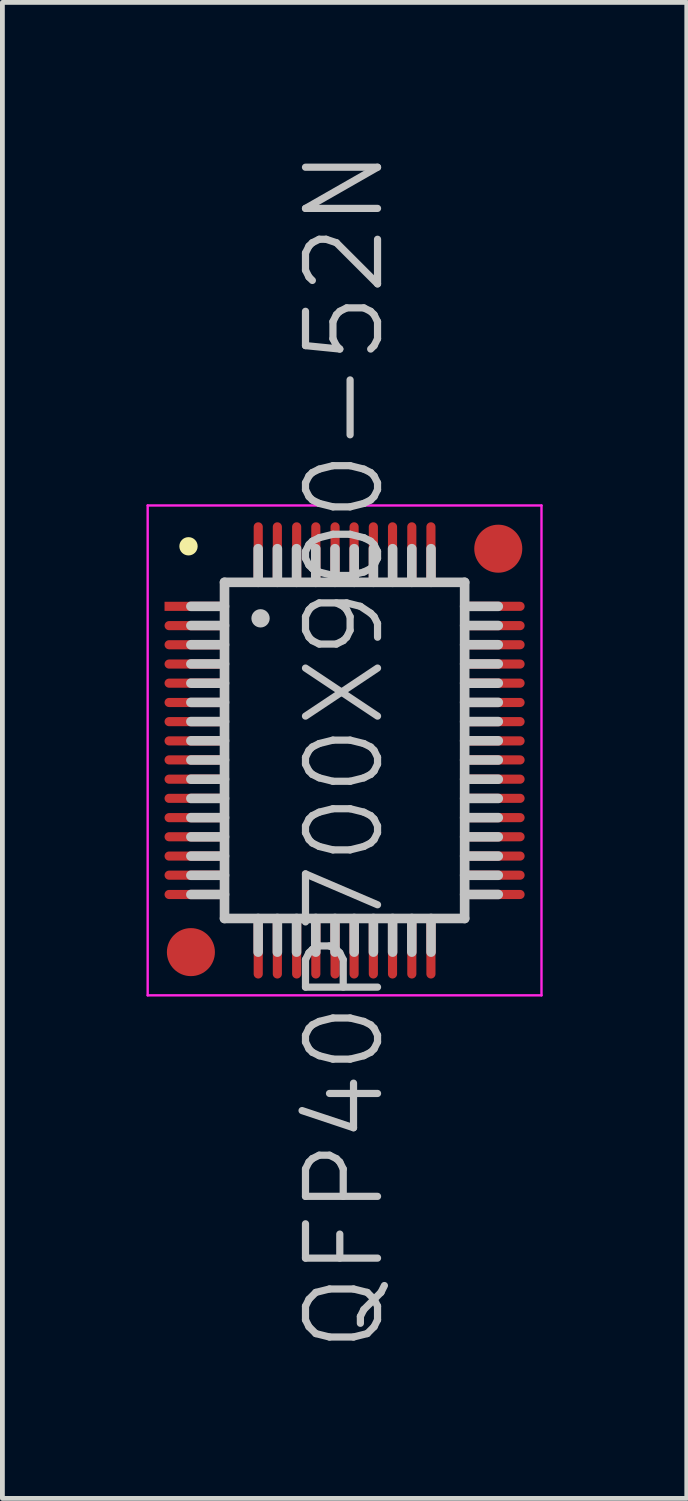
<source format=kicad_pcb>
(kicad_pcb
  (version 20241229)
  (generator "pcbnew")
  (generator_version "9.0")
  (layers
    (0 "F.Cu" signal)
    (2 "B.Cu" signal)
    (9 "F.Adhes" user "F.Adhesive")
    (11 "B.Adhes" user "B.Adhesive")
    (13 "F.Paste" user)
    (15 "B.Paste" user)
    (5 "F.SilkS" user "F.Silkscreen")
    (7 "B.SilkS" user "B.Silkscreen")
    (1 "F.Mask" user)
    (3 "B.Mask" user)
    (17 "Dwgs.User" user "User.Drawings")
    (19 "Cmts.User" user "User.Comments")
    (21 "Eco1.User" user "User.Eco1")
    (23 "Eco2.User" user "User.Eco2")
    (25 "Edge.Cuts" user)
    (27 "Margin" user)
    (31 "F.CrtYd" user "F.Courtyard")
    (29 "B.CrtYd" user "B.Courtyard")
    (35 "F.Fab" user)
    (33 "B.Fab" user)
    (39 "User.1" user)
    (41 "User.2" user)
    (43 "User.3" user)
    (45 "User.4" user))
  (footprint "QFP40P700X900-52N"
    (layer "F.Cu")
    (at 4.125 12.575)
    (property "Reference" "QFP40P700X900-52N" (at 0 0 90) (layer "Dwgs.User") (effects (font (size 1.5 1.5) (thickness 0.15))))
    (attr smd)
    (fp_line (start -3.25 -4.25) (end -3.25 -4.25) (stroke (width 0.381) (type solid)) (layer "F.SilkS"))
    (fp_line (start -2.5 -3.5) (end -2.5 3.5) (stroke (width 0.2) (type solid)) (layer "Dwgs.User"))
    (fp_line (start -2.5 -3.5) (end 2.5 -3.5) (stroke (width 0.2) (type solid)) (layer "Dwgs.User"))
    (fp_line (start -2.5 -3) (end -3.2 -3) (stroke (width 0.2) (type solid)) (layer "Dwgs.User"))
    (fp_line (start -2.5 -2.6) (end -3.2 -2.6) (stroke (width 0.2) (type solid)) (layer "Dwgs.User"))
    (fp_line (start -2.5 -2.2) (end -3.2 -2.2) (stroke (width 0.2) (type solid)) (layer "Dwgs.User"))
    (fp_line (start -2.5 -1.8) (end -3.2 -1.8) (stroke (width 0.2) (type solid)) (layer "Dwgs.User"))
    (fp_line (start -2.5 -1.4) (end -3.2 -1.4) (stroke (width 0.2) (type solid)) (layer "Dwgs.User"))
    (fp_line (start -2.5 -1) (end -3.2 -1) (stroke (width 0.2) (type solid)) (layer "Dwgs.User"))
    (fp_line (start -2.5 -0.6) (end -3.2 -0.6) (stroke (width 0.2) (type solid)) (layer "Dwgs.User"))
    (fp_line (start -2.5 -0.2) (end -3.2 -0.2) (stroke (width 0.2) (type solid)) (layer "Dwgs.User"))
    (fp_line (start -2.5 0.2) (end -3.2 0.2) (stroke (width 0.2) (type solid)) (layer "Dwgs.User"))
    (fp_line (start -2.5 0.6) (end -3.2 0.6) (stroke (width 0.2) (type solid)) (layer "Dwgs.User"))
    (fp_line (start -2.5 1) (end -3.2 1) (stroke (width 0.2) (type solid)) (layer "Dwgs.User"))
    (fp_line (start -2.5 1.4) (end -3.2 1.4) (stroke (width 0.2) (type solid)) (layer "Dwgs.User"))
    (fp_line (start -2.5 1.8) (end -3.2 1.8) (stroke (width 0.2) (type solid)) (layer "Dwgs.User"))
    (fp_line (start -2.5 2.2) (end -3.2 2.2) (stroke (width 0.2) (type solid)) (layer "Dwgs.User"))
    (fp_line (start -2.5 2.6) (end -3.2 2.6) (stroke (width 0.2) (type solid)) (layer "Dwgs.User"))
    (fp_line (start -2.5 3) (end -3.2 3) (stroke (width 0.2) (type solid)) (layer "Dwgs.User"))
    (fp_line (start -2.5 3.5) (end 2.5 3.5) (stroke (width 0.2) (type solid)) (layer "Dwgs.User"))
    (fp_line (start -1.8 -3.5) (end -1.8 -4.2) (stroke (width 0.2) (type solid)) (layer "Dwgs.User"))
    (fp_line (start -1.8 4.2) (end -1.8 3.5) (stroke (width 0.2) (type solid)) (layer "Dwgs.User"))
    (fp_line (start -1.75 -2.75) (end -1.75 -2.75) (stroke (width 0.381) (type solid)) (layer "Dwgs.User"))
    (fp_line (start -1.4 -3.5) (end -1.4 -4.2) (stroke (width 0.2) (type solid)) (layer "Dwgs.User"))
    (fp_line (start -1.4 4.2) (end -1.4 3.5) (stroke (width 0.2) (type solid)) (layer "Dwgs.User"))
    (fp_line (start -1 -3.5) (end -1 -4.2) (stroke (width 0.2) (type solid)) (layer "Dwgs.User"))
    (fp_line (start -1 4.2) (end -1 3.5) (stroke (width 0.2) (type solid)) (layer "Dwgs.User"))
    (fp_line (start -0.6 -3.5) (end -0.6 -4.2) (stroke (width 0.2) (type solid)) (layer "Dwgs.User"))
    (fp_line (start -0.6 4.2) (end -0.6 3.5) (stroke (width 0.2) (type solid)) (layer "Dwgs.User"))
    (fp_line (start -0.2 -3.5) (end -0.2 -4.2) (stroke (width 0.2) (type solid)) (layer "Dwgs.User"))
    (fp_line (start -0.2 4.2) (end -0.2 3.5) (stroke (width 0.2) (type solid)) (layer "Dwgs.User"))
    (fp_line (start 0.2 -3.5) (end 0.2 -4.2) (stroke (width 0.2) (type solid)) (layer "Dwgs.User"))
    (fp_line (start 0.2 4.2) (end 0.2 3.5) (stroke (width 0.2) (type solid)) (layer "Dwgs.User"))
    (fp_line (start 0.6 -3.5) (end 0.6 -4.2) (stroke (width 0.2) (type solid)) (layer "Dwgs.User"))
    (fp_line (start 0.6 4.2) (end 0.6 3.5) (stroke (width 0.2) (type solid)) (layer "Dwgs.User"))
    (fp_line (start 1 -3.5) (end 1 -4.2) (stroke (width 0.2) (type solid)) (layer "Dwgs.User"))
    (fp_line (start 1 4.2) (end 1 3.5) (stroke (width 0.2) (type solid)) (layer "Dwgs.User"))
    (fp_line (start 1.4 -3.5) (end 1.4 -4.2) (stroke (width 0.2) (type solid)) (layer "Dwgs.User"))
    (fp_line (start 1.4 4.2) (end 1.4 3.5) (stroke (width 0.2) (type solid)) (layer "Dwgs.User"))
    (fp_line (start 1.8 -3.5) (end 1.8 -4.2) (stroke (width 0.2) (type solid)) (layer "Dwgs.User"))
    (fp_line (start 1.8 4.2) (end 1.8 3.5) (stroke (width 0.2) (type solid)) (layer "Dwgs.User"))
    (fp_line (start 2.5 -3.5) (end 2.5 3.5) (stroke (width 0.2) (type solid)) (layer "Dwgs.User"))
    (fp_line (start 3.2 -3) (end 2.5 -3) (stroke (width 0.2) (type solid)) (layer "Dwgs.User"))
    (fp_line (start 3.2 -2.6) (end 2.5 -2.6) (stroke (width 0.2) (type solid)) (layer "Dwgs.User"))
    (fp_line (start 3.2 -2.2) (end 2.5 -2.2) (stroke (width 0.2) (type solid)) (layer "Dwgs.User"))
    (fp_line (start 3.2 -1.8) (end 2.5 -1.8) (stroke (width 0.2) (type solid)) (layer "Dwgs.User"))
    (fp_line (start 3.2 -1.4) (end 2.5 -1.4) (stroke (width 0.2) (type solid)) (layer "Dwgs.User"))
    (fp_line (start 3.2 -1) (end 2.5 -1) (stroke (width 0.2) (type solid)) (layer "Dwgs.User"))
    (fp_line (start 3.2 -0.6) (end 2.5 -0.6) (stroke (width 0.2) (type solid)) (layer "Dwgs.User"))
    (fp_line (start 3.2 -0.2) (end 2.5 -0.2) (stroke (width 0.2) (type solid)) (layer "Dwgs.User"))
    (fp_line (start 3.2 0.2) (end 2.5 0.2) (stroke (width 0.2) (type solid)) (layer "Dwgs.User"))
    (fp_line (start 3.2 0.6) (end 2.5 0.6) (stroke (width 0.2) (type solid)) (layer "Dwgs.User"))
    (fp_line (start 3.2 1) (end 2.5 1) (stroke (width 0.2) (type solid)) (layer "Dwgs.User"))
    (fp_line (start 3.2 1.4) (end 2.5 1.4) (stroke (width 0.2) (type solid)) (layer "Dwgs.User"))
    (fp_line (start 3.2 1.8) (end 2.5 1.8) (stroke (width 0.2) (type solid)) (layer "Dwgs.User"))
    (fp_line (start 3.2 2.2) (end 2.5 2.2) (stroke (width 0.2) (type solid)) (layer "Dwgs.User"))
    (fp_line (start 3.2 2.6) (end 2.5 2.6) (stroke (width 0.2) (type solid)) (layer "Dwgs.User"))
    (fp_line (start 3.2 3) (end 2.5 3) (stroke (width 0.2) (type solid)) (layer "Dwgs.User"))
    (fp_line (start -4.1 -5.1) (end -4.1 5.1) (stroke (width 0.05) (type solid)) (layer "F.CrtYd"))
    (fp_line (start -4.1 -5.1) (end 4.1 -5.1) (stroke (width 0.05) (type solid)) (layer "F.CrtYd"))
    (fp_line (start -4.1 5.1) (end 4.1 5.1) (stroke (width 0.05) (type solid)) (layer "F.CrtYd"))
    (fp_line (start 4.1 -5.1) (end 4.1 5.1) (stroke (width 0.05) (type solid)) (layer "F.CrtYd"))
    (pad "" smd circle (at -3.2 4.2) (size 1 1) (layers "F.Cu" "F.Mask"))
    (pad "" smd circle (at 3.2 -4.2) (size 1 1) (layers "F.Cu" "F.Mask"))
    (pad "1" smd rect (at -3.099 -3 90) (size 0.19 1.3) (layers "F.Cu" "F.Mask" "F.Paste"))
    (pad "2" smd oval (at -3.099 -2.598 90) (size 0.19 1.3) (layers "F.Cu" "F.Mask" "F.Paste"))
    (pad "3" smd oval (at -3.099 -2.2 90) (size 0.19 1.3) (layers "F.Cu" "F.Mask" "F.Paste"))
    (pad "4" smd oval (at -3.099 -1.798 90) (size 0.19 1.3) (layers "F.Cu" "F.Mask" "F.Paste"))
    (pad "5" smd oval (at -3.099 -1.4 90) (size 0.19 1.3) (layers "F.Cu" "F.Mask" "F.Paste"))
    (pad "6" smd oval (at -3.099 -0.998 90) (size 0.19 1.3) (layers "F.Cu" "F.Mask" "F.Paste"))
    (pad "7" smd oval (at -3.099 -0.599 90) (size 0.19 1.3) (layers "F.Cu" "F.Mask" "F.Paste"))
    (pad "8" smd oval (at -3.099 -0.198 90) (size 0.19 1.3) (layers "F.Cu" "F.Mask" "F.Paste"))
    (pad "9" smd oval (at -3.099 0.198 90) (size 0.19 1.3) (layers "F.Cu" "F.Mask" "F.Paste"))
    (pad "10" smd oval (at -3.099 0.599 90) (size 0.19 1.3) (layers "F.Cu" "F.Mask" "F.Paste"))
    (pad "11" smd oval (at -3.099 0.998 90) (size 0.19 1.3) (layers "F.Cu" "F.Mask" "F.Paste"))
    (pad "12" smd oval (at -3.099 1.4 90) (size 0.19 1.3) (layers "F.Cu" "F.Mask" "F.Paste"))
    (pad "13" smd oval (at -3.099 1.798 90) (size 0.19 1.3) (layers "F.Cu" "F.Mask" "F.Paste"))
    (pad "14" smd oval (at -3.099 2.2 90) (size 0.19 1.3) (layers "F.Cu" "F.Mask" "F.Paste"))
    (pad "15" smd oval (at -3.099 2.598 90) (size 0.19 1.3) (layers "F.Cu" "F.Mask" "F.Paste"))
    (pad "16" smd oval (at -3.099 3 90) (size 0.19 1.3) (layers "F.Cu" "F.Mask" "F.Paste"))
    (pad "17" smd oval (at -1.798 4.1 180) (size 0.19 1.3) (layers "F.Cu" "F.Mask" "F.Paste"))
    (pad "18" smd oval (at -1.4 4.1 180) (size 0.19 1.3) (layers "F.Cu" "F.Mask" "F.Paste"))
    (pad "19" smd oval (at -0.998 4.1 180) (size 0.19 1.3) (layers "F.Cu" "F.Mask" "F.Paste"))
    (pad "20" smd oval (at -0.599 4.1 180) (size 0.19 1.3) (layers "F.Cu" "F.Mask" "F.Paste"))
    (pad "21" smd oval (at -0.198 4.1 180) (size 0.19 1.3) (layers "F.Cu" "F.Mask" "F.Paste"))
    (pad "22" smd oval (at 0.198 4.1 180) (size 0.19 1.3) (layers "F.Cu" "F.Mask" "F.Paste"))
    (pad "23" smd oval (at 0.599 4.1 180) (size 0.19 1.3) (layers "F.Cu" "F.Mask" "F.Paste"))
    (pad "24" smd oval (at 0.998 4.1 180) (size 0.19 1.3) (layers "F.Cu" "F.Mask" "F.Paste"))
    (pad "25" smd oval (at 1.4 4.1 180) (size 0.19 1.3) (layers "F.Cu" "F.Mask" "F.Paste"))
    (pad "26" smd oval (at 1.798 4.1 180) (size 0.19 1.3) (layers "F.Cu" "F.Mask" "F.Paste"))
    (pad "27" smd oval (at 3.099 3 270) (size 0.19 1.3) (layers "F.Cu" "F.Mask" "F.Paste"))
    (pad "28" smd oval (at 3.099 2.598 270) (size 0.19 1.3) (layers "F.Cu" "F.Mask" "F.Paste"))
    (pad "29" smd oval (at 3.099 2.2 270) (size 0.19 1.3) (layers "F.Cu" "F.Mask" "F.Paste"))
    (pad "30" smd oval (at 3.099 1.798 270) (size 0.19 1.3) (layers "F.Cu" "F.Mask" "F.Paste"))
    (pad "31" smd oval (at 3.099 1.4 270) (size 0.19 1.3) (layers "F.Cu" "F.Mask" "F.Paste"))
    (pad "32" smd oval (at 3.099 0.998 270) (size 0.19 1.3) (layers "F.Cu" "F.Mask" "F.Paste"))
    (pad "33" smd oval (at 3.099 0.599 270) (size 0.19 1.3) (layers "F.Cu" "F.Mask" "F.Paste"))
    (pad "34" smd oval (at 3.099 0.198 270) (size 0.19 1.3) (layers "F.Cu" "F.Mask" "F.Paste"))
    (pad "35" smd oval (at 3.099 -0.198 270) (size 0.19 1.3) (layers "F.Cu" "F.Mask" "F.Paste"))
    (pad "36" smd oval (at 3.099 -0.599 270) (size 0.19 1.3) (layers "F.Cu" "F.Mask" "F.Paste"))
    (pad "37" smd oval (at 3.099 -0.998 270) (size 0.19 1.3) (layers "F.Cu" "F.Mask" "F.Paste"))
    (pad "38" smd oval (at 3.099 -1.4 270) (size 0.19 1.3) (layers "F.Cu" "F.Mask" "F.Paste"))
    (pad "39" smd oval (at 3.099 -1.798 270) (size 0.19 1.3) (layers "F.Cu" "F.Mask" "F.Paste"))
    (pad "40" smd oval (at 3.099 -2.2 270) (size 0.19 1.3) (layers "F.Cu" "F.Mask" "F.Paste"))
    (pad "41" smd oval (at 3.099 -2.598 270) (size 0.19 1.3) (layers "F.Cu" "F.Mask" "F.Paste"))
    (pad "42" smd oval (at 3.099 -3 270) (size 0.19 1.3) (layers "F.Cu" "F.Mask" "F.Paste"))
    (pad "43" smd oval (at 1.798 -4.1) (size 0.19 1.3) (layers "F.Cu" "F.Mask" "F.Paste"))
    (pad "44" smd oval (at 1.4 -4.1) (size 0.19 1.3) (layers "F.Cu" "F.Mask" "F.Paste"))
    (pad "45" smd oval (at 0.998 -4.1) (size 0.19 1.3) (layers "F.Cu" "F.Mask" "F.Paste"))
    (pad "46" smd oval (at 0.599 -4.1) (size 0.19 1.3) (layers "F.Cu" "F.Mask" "F.Paste"))
    (pad "47" smd oval (at 0.198 -4.1) (size 0.19 1.3) (layers "F.Cu" "F.Mask" "F.Paste"))
    (pad "48" smd oval (at -0.198 -4.1) (size 0.19 1.3) (layers "F.Cu" "F.Mask" "F.Paste"))
    (pad "49" smd oval (at -0.599 -4.1) (size 0.19 1.3) (layers "F.Cu" "F.Mask" "F.Paste"))
    (pad "50" smd oval (at -0.998 -4.1) (size 0.19 1.3) (layers "F.Cu" "F.Mask" "F.Paste"))
    (pad "51" smd oval (at -1.4 -4.1) (size 0.19 1.3) (layers "F.Cu" "F.Mask" "F.Paste"))
    (pad "52" smd oval (at -1.798 -4.1) (size 0.19 1.3) (layers "F.Cu" "F.Mask" "F.Paste")))
  (gr_rect
    (start -3 -3)
    (end 11.25 28.15)
    (stroke (width 0.1) (type default))
    (fill no)
    (layer "Edge.Cuts")))
</source>
